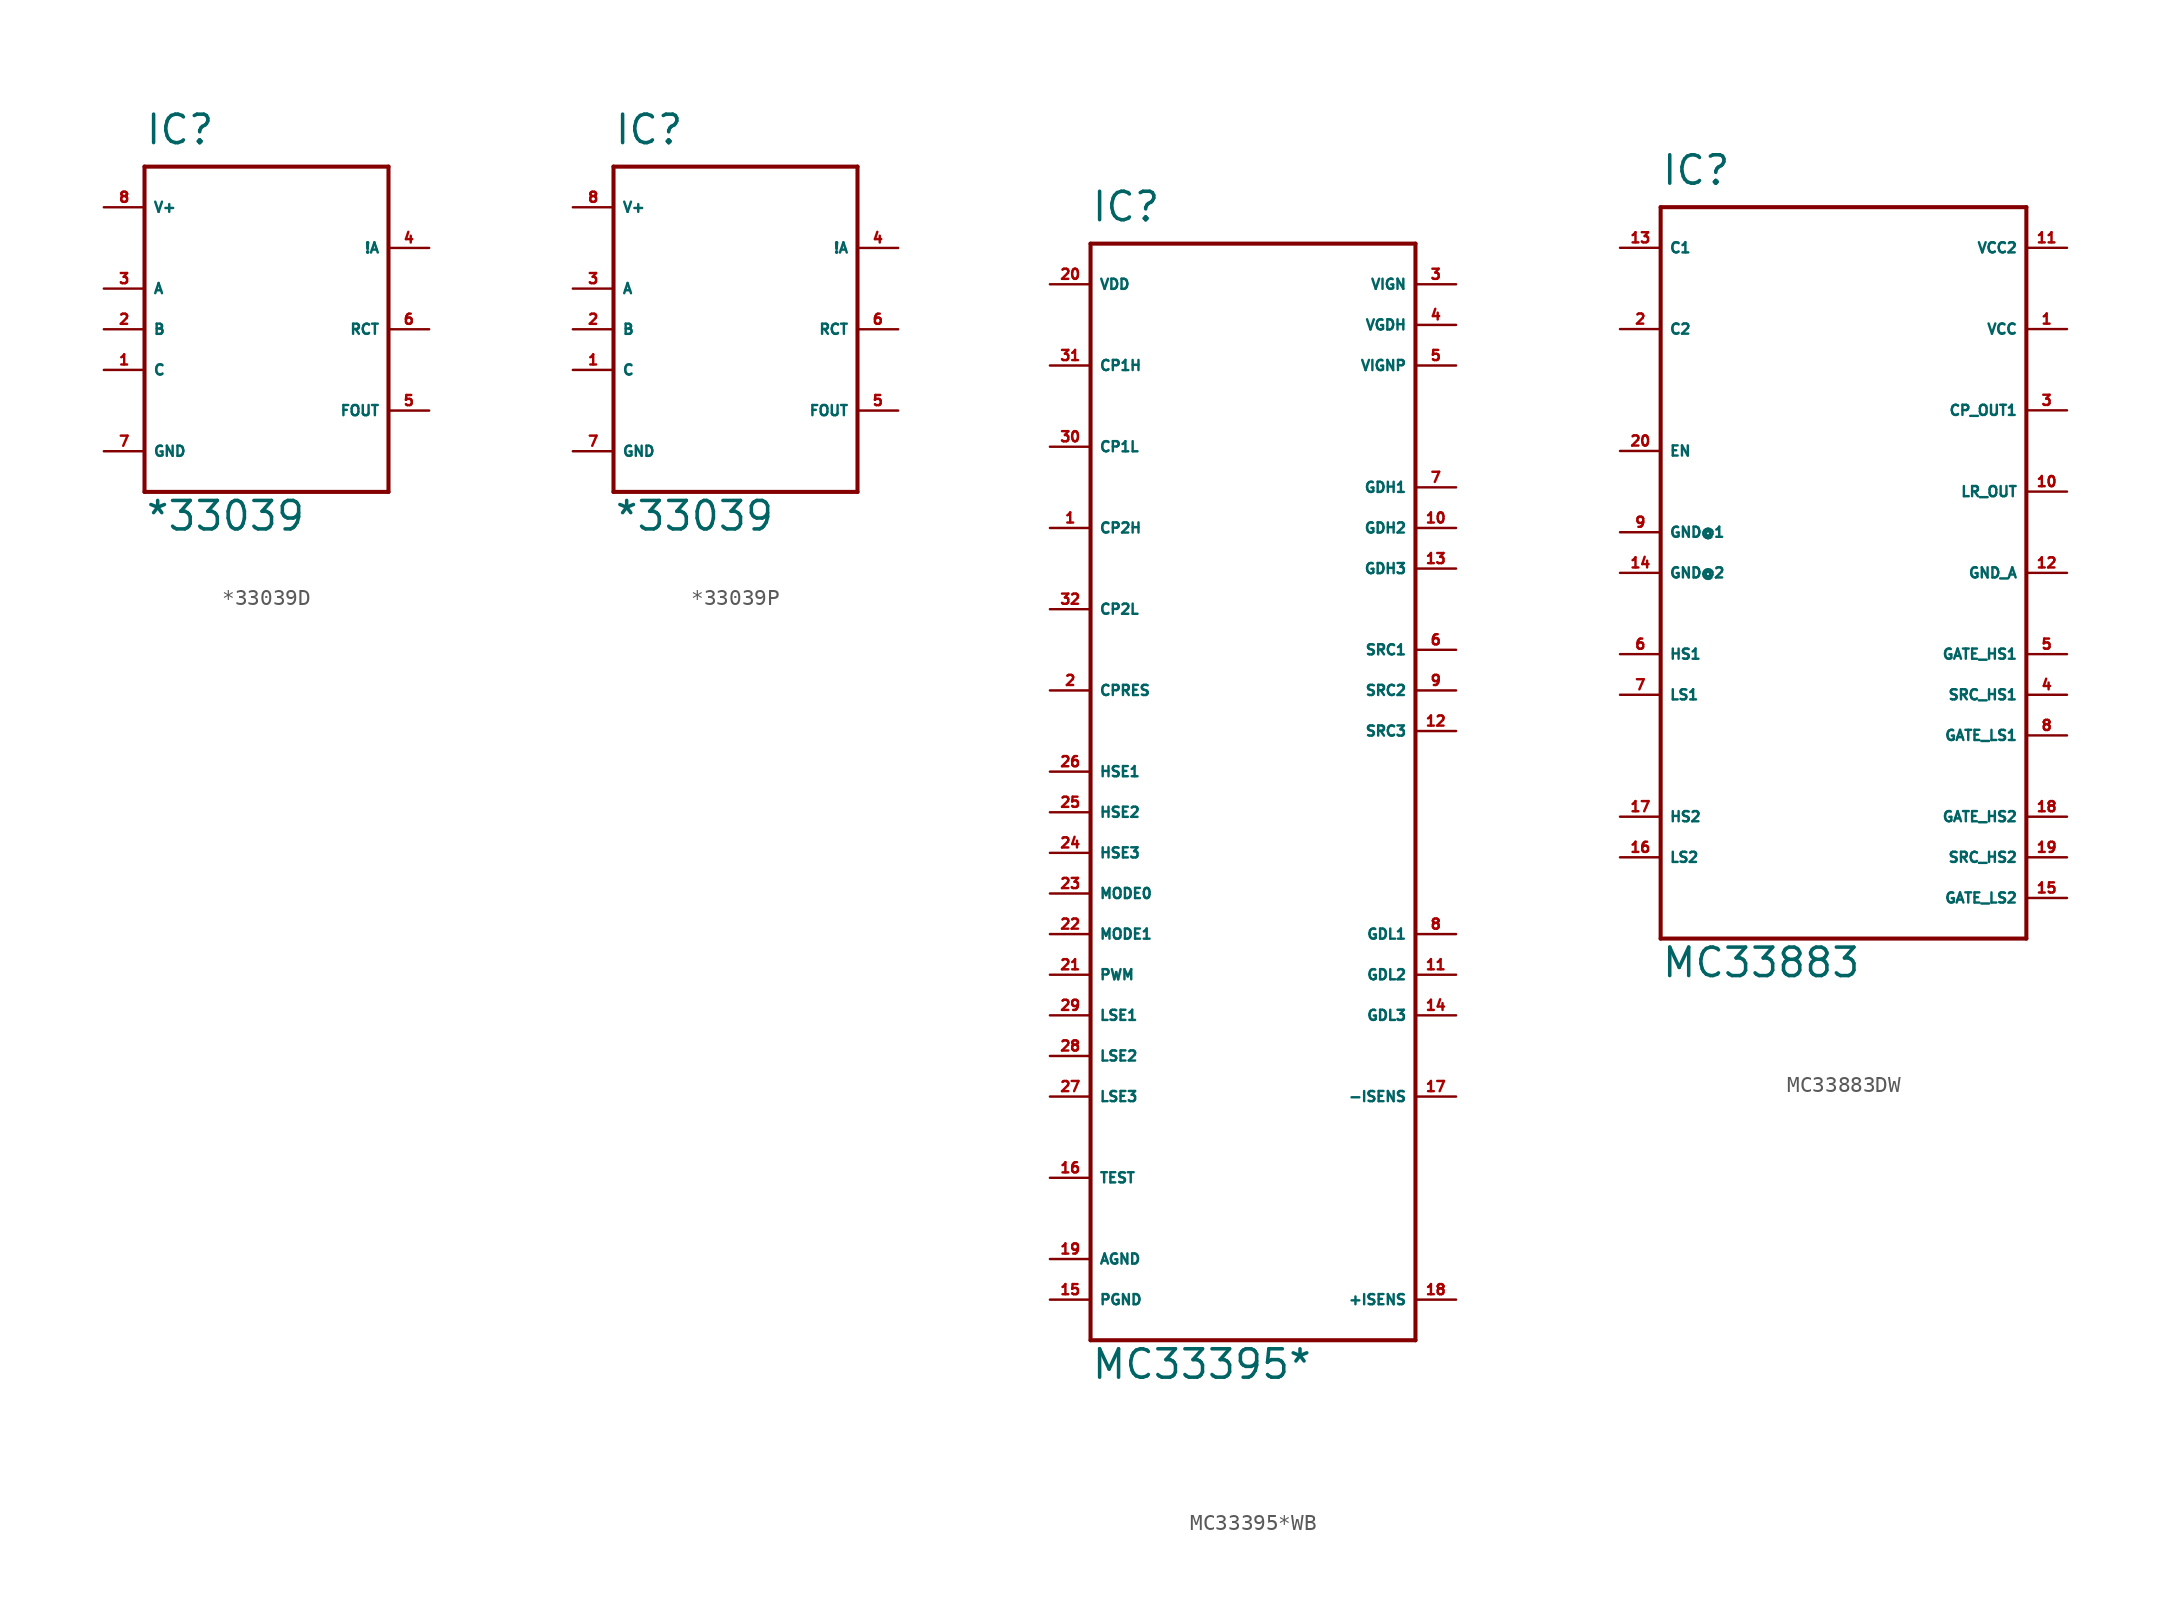
<source format=kicad_sym>
(kicad_symbol_lib
  (version 20220914)
  (generator Eagle2Kicad)
  (symbol "*33039D"
    (property "Reference" "IC"
      (at -7.62 11.43 0)
      (effects (font (size 1.778 1.778) (thickness 0.22)) (justify left bottom)))
    (property "Value" "*33039"
      (at -7.62 -12.7 0)
      (effects (font (size 1.778 1.778) (thickness 0.22)) (justify left bottom)))
    (polyline
      (pts (xy -7.62 10.16) (xy 7.62 10.16))
      (stroke (width 0.254) (type default))
      (fill (type none)))
    (polyline
      (pts (xy 7.62 10.16) (xy 7.62 -10.16))
      (stroke (width 0.254) (type default))
      (fill (type none)))
    (polyline
      (pts (xy 7.62 -10.16) (xy -7.62 -10.16))
      (stroke (width 0.254) (type default))
      (fill (type none)))
    (polyline
      (pts (xy -7.62 -10.16) (xy -7.62 10.16))
      (stroke (width 0.254) (type default))
      (fill (type none)))
    (pin input line
      (at -10.16 2.54 0)
      (length 2.54)
      (name "A" (effects (font (size 0.635 0.635) (thickness 0.08)) (justify left bottom)))
      (number "3" (effects (font (size 0.635 0.635) (thickness 0.08)) (justify left bottom))))
    (pin input line
      (at -10.16 0 0)
      (length 2.54)
      (name "B" (effects (font (size 0.635 0.635) (thickness 0.08)) (justify left bottom)))
      (number "2" (effects (font (size 0.635 0.635) (thickness 0.08)) (justify left bottom))))
    (pin input line
      (at -10.16 -2.54 0)
      (length 2.54)
      (name "C" (effects (font (size 0.635 0.635) (thickness 0.08)) (justify left bottom)))
      (number "1" (effects (font (size 0.635 0.635) (thickness 0.08)) (justify left bottom))))
    (pin output line
      (at 10.16 5.08 180)
      (length 2.54)
      (name "!A" (effects (font (size 0.635 0.635) (thickness 0.08)) (justify left bottom)))
      (number "4" (effects (font (size 0.635 0.635) (thickness 0.08)) (justify left bottom))))
    (pin passive line
      (at 10.16 0 180)
      (length 2.54)
      (name "RCT" (effects (font (size 0.635 0.635) (thickness 0.08)) (justify left bottom)))
      (number "6" (effects (font (size 0.635 0.635) (thickness 0.08)) (justify left bottom))))
    (pin output line
      (at 10.16 -5.08 180)
      (length 2.54)
      (name "FOUT" (effects (font (size 0.635 0.635) (thickness 0.08)) (justify left bottom)))
      (number "5" (effects (font (size 0.635 0.635) (thickness 0.08)) (justify left bottom))))
    (pin unspecified line
      (at -10.16 7.62 0)
      (length 2.54)
      (name "V+" (effects (font (size 0.635 0.635) (thickness 0.08)) (justify left bottom)))
      (number "8" (effects (font (size 0.635 0.635) (thickness 0.08)) (justify left bottom))))
    (pin unspecified line
      (at -10.16 -7.62 0)
      (length 2.54)
      (name "GND" (effects (font (size 0.635 0.635) (thickness 0.08)) (justify left bottom)))
      (number "7" (effects (font (size 0.635 0.635) (thickness 0.08)) (justify left bottom)))))
  (symbol "*33039P"
    (property "Reference" "IC"
      (at -7.62 11.43 0)
      (effects (font (size 1.778 1.778) (thickness 0.22)) (justify left bottom)))
    (property "Value" "*33039"
      (at -7.62 -12.7 0)
      (effects (font (size 1.778 1.778) (thickness 0.22)) (justify left bottom)))
    (polyline
      (pts (xy -7.62 10.16) (xy 7.62 10.16))
      (stroke (width 0.254) (type default))
      (fill (type none)))
    (polyline
      (pts (xy 7.62 10.16) (xy 7.62 -10.16))
      (stroke (width 0.254) (type default))
      (fill (type none)))
    (polyline
      (pts (xy 7.62 -10.16) (xy -7.62 -10.16))
      (stroke (width 0.254) (type default))
      (fill (type none)))
    (polyline
      (pts (xy -7.62 -10.16) (xy -7.62 10.16))
      (stroke (width 0.254) (type default))
      (fill (type none)))
    (pin input line
      (at -10.16 2.54 0)
      (length 2.54)
      (name "A" (effects (font (size 0.635 0.635) (thickness 0.08)) (justify left bottom)))
      (number "3" (effects (font (size 0.635 0.635) (thickness 0.08)) (justify left bottom))))
    (pin input line
      (at -10.16 0 0)
      (length 2.54)
      (name "B" (effects (font (size 0.635 0.635) (thickness 0.08)) (justify left bottom)))
      (number "2" (effects (font (size 0.635 0.635) (thickness 0.08)) (justify left bottom))))
    (pin input line
      (at -10.16 -2.54 0)
      (length 2.54)
      (name "C" (effects (font (size 0.635 0.635) (thickness 0.08)) (justify left bottom)))
      (number "1" (effects (font (size 0.635 0.635) (thickness 0.08)) (justify left bottom))))
    (pin output line
      (at 10.16 5.08 180)
      (length 2.54)
      (name "!A" (effects (font (size 0.635 0.635) (thickness 0.08)) (justify left bottom)))
      (number "4" (effects (font (size 0.635 0.635) (thickness 0.08)) (justify left bottom))))
    (pin passive line
      (at 10.16 0 180)
      (length 2.54)
      (name "RCT" (effects (font (size 0.635 0.635) (thickness 0.08)) (justify left bottom)))
      (number "6" (effects (font (size 0.635 0.635) (thickness 0.08)) (justify left bottom))))
    (pin output line
      (at 10.16 -5.08 180)
      (length 2.54)
      (name "FOUT" (effects (font (size 0.635 0.635) (thickness 0.08)) (justify left bottom)))
      (number "5" (effects (font (size 0.635 0.635) (thickness 0.08)) (justify left bottom))))
    (pin unspecified line
      (at -10.16 7.62 0)
      (length 2.54)
      (name "V+" (effects (font (size 0.635 0.635) (thickness 0.08)) (justify left bottom)))
      (number "8" (effects (font (size 0.635 0.635) (thickness 0.08)) (justify left bottom))))
    (pin unspecified line
      (at -10.16 -7.62 0)
      (length 2.54)
      (name "GND" (effects (font (size 0.635 0.635) (thickness 0.08)) (justify left bottom)))
      (number "7" (effects (font (size 0.635 0.635) (thickness 0.08)) (justify left bottom)))))
  (symbol "MC33395*WB"
    (property "Reference" "IC"
      (at -10.16 34.29 0)
      (effects (font (size 1.778 1.778) (thickness 0.22)) (justify left bottom)))
    (property "Value" "MC33395*"
      (at -10.16 -38.1 0)
      (effects (font (size 1.778 1.778) (thickness 0.22)) (justify left bottom)))
    (polyline
      (pts (xy -10.16 33.02) (xy 10.16 33.02))
      (stroke (width 0.254) (type default))
      (fill (type none)))
    (polyline
      (pts (xy 10.16 33.02) (xy 10.16 -35.56))
      (stroke (width 0.254) (type default))
      (fill (type none)))
    (polyline
      (pts (xy 10.16 -35.56) (xy -10.16 -35.56))
      (stroke (width 0.254) (type default))
      (fill (type none)))
    (polyline
      (pts (xy -10.16 -35.56) (xy -10.16 33.02))
      (stroke (width 0.254) (type default))
      (fill (type none)))
    (pin unspecified line
      (at 12.7 30.48 180)
      (length 2.54)
      (name "VIGN" (effects (font (size 0.635 0.635) (thickness 0.08)) (justify left bottom)))
      (number "3" (effects (font (size 0.635 0.635) (thickness 0.08)) (justify left bottom))))
    (pin output line
      (at 12.7 27.94 180)
      (length 2.54)
      (name "VGDH" (effects (font (size 0.635 0.635) (thickness 0.08)) (justify left bottom)))
      (number "4" (effects (font (size 0.635 0.635) (thickness 0.08)) (justify left bottom))))
    (pin passive line
      (at 12.7 25.4 180)
      (length 2.54)
      (name "VIGNP" (effects (font (size 0.635 0.635) (thickness 0.08)) (justify left bottom)))
      (number "5" (effects (font (size 0.635 0.635) (thickness 0.08)) (justify left bottom))))
    (pin output line
      (at 12.7 17.78 180)
      (length 2.54)
      (name "GDH1" (effects (font (size 0.635 0.635) (thickness 0.08)) (justify left bottom)))
      (number "7" (effects (font (size 0.635 0.635) (thickness 0.08)) (justify left bottom))))
    (pin output line
      (at 12.7 15.24 180)
      (length 2.54)
      (name "GDH2" (effects (font (size 0.635 0.635) (thickness 0.08)) (justify left bottom)))
      (number "10" (effects (font (size 0.635 0.635) (thickness 0.08)) (justify left bottom))))
    (pin output line
      (at 12.7 12.7 180)
      (length 2.54)
      (name "GDH3" (effects (font (size 0.635 0.635) (thickness 0.08)) (justify left bottom)))
      (number "13" (effects (font (size 0.635 0.635) (thickness 0.08)) (justify left bottom))))
    (pin input line
      (at 12.7 7.62 180)
      (length 2.54)
      (name "SRC1" (effects (font (size 0.635 0.635) (thickness 0.08)) (justify left bottom)))
      (number "6" (effects (font (size 0.635 0.635) (thickness 0.08)) (justify left bottom))))
    (pin input line
      (at 12.7 5.08 180)
      (length 2.54)
      (name "SRC2" (effects (font (size 0.635 0.635) (thickness 0.08)) (justify left bottom)))
      (number "9" (effects (font (size 0.635 0.635) (thickness 0.08)) (justify left bottom))))
    (pin input line
      (at 12.7 2.54 180)
      (length 2.54)
      (name "SRC3" (effects (font (size 0.635 0.635) (thickness 0.08)) (justify left bottom)))
      (number "12" (effects (font (size 0.635 0.635) (thickness 0.08)) (justify left bottom))))
    (pin output line
      (at 12.7 -10.16 180)
      (length 2.54)
      (name "GDL1" (effects (font (size 0.635 0.635) (thickness 0.08)) (justify left bottom)))
      (number "8" (effects (font (size 0.635 0.635) (thickness 0.08)) (justify left bottom))))
    (pin output line
      (at 12.7 -12.7 180)
      (length 2.54)
      (name "GDL2" (effects (font (size 0.635 0.635) (thickness 0.08)) (justify left bottom)))
      (number "11" (effects (font (size 0.635 0.635) (thickness 0.08)) (justify left bottom))))
    (pin output line
      (at 12.7 -15.24 180)
      (length 2.54)
      (name "GDL3" (effects (font (size 0.635 0.635) (thickness 0.08)) (justify left bottom)))
      (number "14" (effects (font (size 0.635 0.635) (thickness 0.08)) (justify left bottom))))
    (pin input line
      (at 12.7 -20.32 180)
      (length 2.54)
      (name "-ISENS" (effects (font (size 0.635 0.635) (thickness 0.08)) (justify left bottom)))
      (number "17" (effects (font (size 0.635 0.635) (thickness 0.08)) (justify left bottom))))
    (pin input line
      (at 12.7 -33.02 180)
      (length 2.54)
      (name "+ISENS" (effects (font (size 0.635 0.635) (thickness 0.08)) (justify left bottom)))
      (number "18" (effects (font (size 0.635 0.635) (thickness 0.08)) (justify left bottom))))
    (pin unspecified line
      (at -12.7 -33.02 0)
      (length 2.54)
      (name "PGND" (effects (font (size 0.635 0.635) (thickness 0.08)) (justify left bottom)))
      (number "15" (effects (font (size 0.635 0.635) (thickness 0.08)) (justify left bottom))))
    (pin unspecified line
      (at -12.7 -30.48 0)
      (length 2.54)
      (name "AGND" (effects (font (size 0.635 0.635) (thickness 0.08)) (justify left bottom)))
      (number "19" (effects (font (size 0.635 0.635) (thickness 0.08)) (justify left bottom))))
    (pin input line
      (at -12.7 -15.24 0)
      (length 2.54)
      (name "LSE1" (effects (font (size 0.635 0.635) (thickness 0.08)) (justify left bottom)))
      (number "29" (effects (font (size 0.635 0.635) (thickness 0.08)) (justify left bottom))))
    (pin input line
      (at -12.7 -17.78 0)
      (length 2.54)
      (name "LSE2" (effects (font (size 0.635 0.635) (thickness 0.08)) (justify left bottom)))
      (number "28" (effects (font (size 0.635 0.635) (thickness 0.08)) (justify left bottom))))
    (pin input line
      (at -12.7 -20.32 0)
      (length 2.54)
      (name "LSE3" (effects (font (size 0.635 0.635) (thickness 0.08)) (justify left bottom)))
      (number "27" (effects (font (size 0.635 0.635) (thickness 0.08)) (justify left bottom))))
    (pin input line
      (at -12.7 -7.62 0)
      (length 2.54)
      (name "MODE0" (effects (font (size 0.635 0.635) (thickness 0.08)) (justify left bottom)))
      (number "23" (effects (font (size 0.635 0.635) (thickness 0.08)) (justify left bottom))))
    (pin input line
      (at -12.7 -10.16 0)
      (length 2.54)
      (name "MODE1" (effects (font (size 0.635 0.635) (thickness 0.08)) (justify left bottom)))
      (number "22" (effects (font (size 0.635 0.635) (thickness 0.08)) (justify left bottom))))
    (pin input line
      (at -12.7 0 0)
      (length 2.54)
      (name "HSE1" (effects (font (size 0.635 0.635) (thickness 0.08)) (justify left bottom)))
      (number "26" (effects (font (size 0.635 0.635) (thickness 0.08)) (justify left bottom))))
    (pin input line
      (at -12.7 -2.54 0)
      (length 2.54)
      (name "HSE2" (effects (font (size 0.635 0.635) (thickness 0.08)) (justify left bottom)))
      (number "25" (effects (font (size 0.635 0.635) (thickness 0.08)) (justify left bottom))))
    (pin input line
      (at -12.7 -5.08 0)
      (length 2.54)
      (name "HSE3" (effects (font (size 0.635 0.635) (thickness 0.08)) (justify left bottom)))
      (number "24" (effects (font (size 0.635 0.635) (thickness 0.08)) (justify left bottom))))
    (pin passive line
      (at -12.7 25.4 0)
      (length 2.54)
      (name "CP1H" (effects (font (size 0.635 0.635) (thickness 0.08)) (justify left bottom)))
      (number "31" (effects (font (size 0.635 0.635) (thickness 0.08)) (justify left bottom))))
    (pin passive line
      (at -12.7 20.32 0)
      (length 2.54)
      (name "CP1L" (effects (font (size 0.635 0.635) (thickness 0.08)) (justify left bottom)))
      (number "30" (effects (font (size 0.635 0.635) (thickness 0.08)) (justify left bottom))))
    (pin passive line
      (at -12.7 15.24 0)
      (length 2.54)
      (name "CP2H" (effects (font (size 0.635 0.635) (thickness 0.08)) (justify left bottom)))
      (number "1" (effects (font (size 0.635 0.635) (thickness 0.08)) (justify left bottom))))
    (pin passive line
      (at -12.7 10.16 0)
      (length 2.54)
      (name "CP2L" (effects (font (size 0.635 0.635) (thickness 0.08)) (justify left bottom)))
      (number "32" (effects (font (size 0.635 0.635) (thickness 0.08)) (justify left bottom))))
    (pin passive line
      (at -12.7 5.08 0)
      (length 2.54)
      (name "CPRES" (effects (font (size 0.635 0.635) (thickness 0.08)) (justify left bottom)))
      (number "2" (effects (font (size 0.635 0.635) (thickness 0.08)) (justify left bottom))))
    (pin unspecified line
      (at -12.7 30.48 0)
      (length 2.54)
      (name "VDD" (effects (font (size 0.635 0.635) (thickness 0.08)) (justify left bottom)))
      (number "20" (effects (font (size 0.635 0.635) (thickness 0.08)) (justify left bottom))))
    (pin input line
      (at -12.7 -12.7 0)
      (length 2.54)
      (name "PWM" (effects (font (size 0.635 0.635) (thickness 0.08)) (justify left bottom)))
      (number "21" (effects (font (size 0.635 0.635) (thickness 0.08)) (justify left bottom))))
    (pin input line
      (at -12.7 -25.4 0)
      (length 2.54)
      (name "TEST" (effects (font (size 0.635 0.635) (thickness 0.08)) (justify left bottom)))
      (number "16" (effects (font (size 0.635 0.635) (thickness 0.08)) (justify left bottom)))))
  (symbol "MC33883DW"
    (property "Reference" "IC"
      (at -10.16 21.59 0)
      (effects (font (size 1.778 1.778) (thickness 0.22)) (justify left bottom)))
    (property "Value" "MC33883"
      (at -10.16 -27.94 0)
      (effects (font (size 1.778 1.778) (thickness 0.22)) (justify left bottom)))
    (polyline
      (pts (xy -10.16 20.32) (xy 12.7 20.32))
      (stroke (width 0.254) (type default))
      (fill (type none)))
    (polyline
      (pts (xy 12.7 20.32) (xy 12.7 -25.4))
      (stroke (width 0.254) (type default))
      (fill (type none)))
    (polyline
      (pts (xy 12.7 -25.4) (xy -10.16 -25.4))
      (stroke (width 0.254) (type default))
      (fill (type none)))
    (polyline
      (pts (xy -10.16 -25.4) (xy -10.16 20.32))
      (stroke (width 0.254) (type default))
      (fill (type none)))
    (pin unspecified line
      (at 15.24 17.78 180)
      (length 2.54)
      (name "VCC2" (effects (font (size 0.635 0.635) (thickness 0.08)) (justify left bottom)))
      (number "11" (effects (font (size 0.635 0.635) (thickness 0.08)) (justify left bottom))))
    (pin passive line
      (at 15.24 2.54 180)
      (length 2.54)
      (name "LR_OUT" (effects (font (size 0.635 0.635) (thickness 0.08)) (justify left bottom)))
      (number "10" (effects (font (size 0.635 0.635) (thickness 0.08)) (justify left bottom))))
    (pin output line
      (at 15.24 -17.78 180)
      (length 2.54)
      (name "GATE_HS2" (effects (font (size 0.635 0.635) (thickness 0.08)) (justify left bottom)))
      (number "18" (effects (font (size 0.635 0.635) (thickness 0.08)) (justify left bottom))))
    (pin output line
      (at 15.24 -20.32 180)
      (length 2.54)
      (name "SRC_HS2" (effects (font (size 0.635 0.635) (thickness 0.08)) (justify left bottom)))
      (number "19" (effects (font (size 0.635 0.635) (thickness 0.08)) (justify left bottom))))
    (pin output line
      (at 15.24 -22.86 180)
      (length 2.54)
      (name "GATE_LS2" (effects (font (size 0.635 0.635) (thickness 0.08)) (justify left bottom)))
      (number "15" (effects (font (size 0.635 0.635) (thickness 0.08)) (justify left bottom))))
    (pin unspecified line
      (at -12.7 0 0)
      (length 2.54)
      (name "GND@1" (effects (font (size 0.635 0.635) (thickness 0.08)) (justify left bottom)))
      (number "9" (effects (font (size 0.635 0.635) (thickness 0.08)) (justify left bottom))))
    (pin input line
      (at -12.7 -10.16 0)
      (length 2.54)
      (name "LS1" (effects (font (size 0.635 0.635) (thickness 0.08)) (justify left bottom)))
      (number "7" (effects (font (size 0.635 0.635) (thickness 0.08)) (justify left bottom))))
    (pin input line
      (at -12.7 -20.32 0)
      (length 2.54)
      (name "LS2" (effects (font (size 0.635 0.635) (thickness 0.08)) (justify left bottom)))
      (number "16" (effects (font (size 0.635 0.635) (thickness 0.08)) (justify left bottom))))
    (pin input line
      (at -12.7 -7.62 0)
      (length 2.54)
      (name "HS1" (effects (font (size 0.635 0.635) (thickness 0.08)) (justify left bottom)))
      (number "6" (effects (font (size 0.635 0.635) (thickness 0.08)) (justify left bottom))))
    (pin input line
      (at -12.7 -17.78 0)
      (length 2.54)
      (name "HS2" (effects (font (size 0.635 0.635) (thickness 0.08)) (justify left bottom)))
      (number "17" (effects (font (size 0.635 0.635) (thickness 0.08)) (justify left bottom))))
    (pin passive line
      (at -12.7 17.78 0)
      (length 2.54)
      (name "C1" (effects (font (size 0.635 0.635) (thickness 0.08)) (justify left bottom)))
      (number "13" (effects (font (size 0.635 0.635) (thickness 0.08)) (justify left bottom))))
    (pin passive line
      (at -12.7 12.7 0)
      (length 2.54)
      (name "C2" (effects (font (size 0.635 0.635) (thickness 0.08)) (justify left bottom)))
      (number "2" (effects (font (size 0.635 0.635) (thickness 0.08)) (justify left bottom))))
    (pin input line
      (at -12.7 5.08 0)
      (length 2.54)
      (name "EN" (effects (font (size 0.635 0.635) (thickness 0.08)) (justify left bottom)))
      (number "20" (effects (font (size 0.635 0.635) (thickness 0.08)) (justify left bottom))))
    (pin output line
      (at 15.24 -7.62 180)
      (length 2.54)
      (name "GATE_HS1" (effects (font (size 0.635 0.635) (thickness 0.08)) (justify left bottom)))
      (number "5" (effects (font (size 0.635 0.635) (thickness 0.08)) (justify left bottom))))
    (pin output line
      (at 15.24 -10.16 180)
      (length 2.54)
      (name "SRC_HS1" (effects (font (size 0.635 0.635) (thickness 0.08)) (justify left bottom)))
      (number "4" (effects (font (size 0.635 0.635) (thickness 0.08)) (justify left bottom))))
    (pin output line
      (at 15.24 -12.7 180)
      (length 2.54)
      (name "GATE_LS1" (effects (font (size 0.635 0.635) (thickness 0.08)) (justify left bottom)))
      (number "8" (effects (font (size 0.635 0.635) (thickness 0.08)) (justify left bottom))))
    (pin passive line
      (at 15.24 7.62 180)
      (length 2.54)
      (name "CP_OUT1" (effects (font (size 0.635 0.635) (thickness 0.08)) (justify left bottom)))
      (number "3" (effects (font (size 0.635 0.635) (thickness 0.08)) (justify left bottom))))
    (pin unspecified line
      (at 15.24 12.7 180)
      (length 2.54)
      (name "VCC" (effects (font (size 0.635 0.635) (thickness 0.08)) (justify left bottom)))
      (number "1" (effects (font (size 0.635 0.635) (thickness 0.08)) (justify left bottom))))
    (pin unspecified line
      (at -12.7 -2.54 0)
      (length 2.54)
      (name "GND@2" (effects (font (size 0.635 0.635) (thickness 0.08)) (justify left bottom)))
      (number "14" (effects (font (size 0.635 0.635) (thickness 0.08)) (justify left bottom))))
    (pin unspecified line
      (at 15.24 -2.54 180)
      (length 2.54)
      (name "GND_A" (effects (font (size 0.635 0.635) (thickness 0.08)) (justify left bottom)))
      (number "12" (effects (font (size 0.635 0.635) (thickness 0.08)) (justify left bottom))))))
</source>
